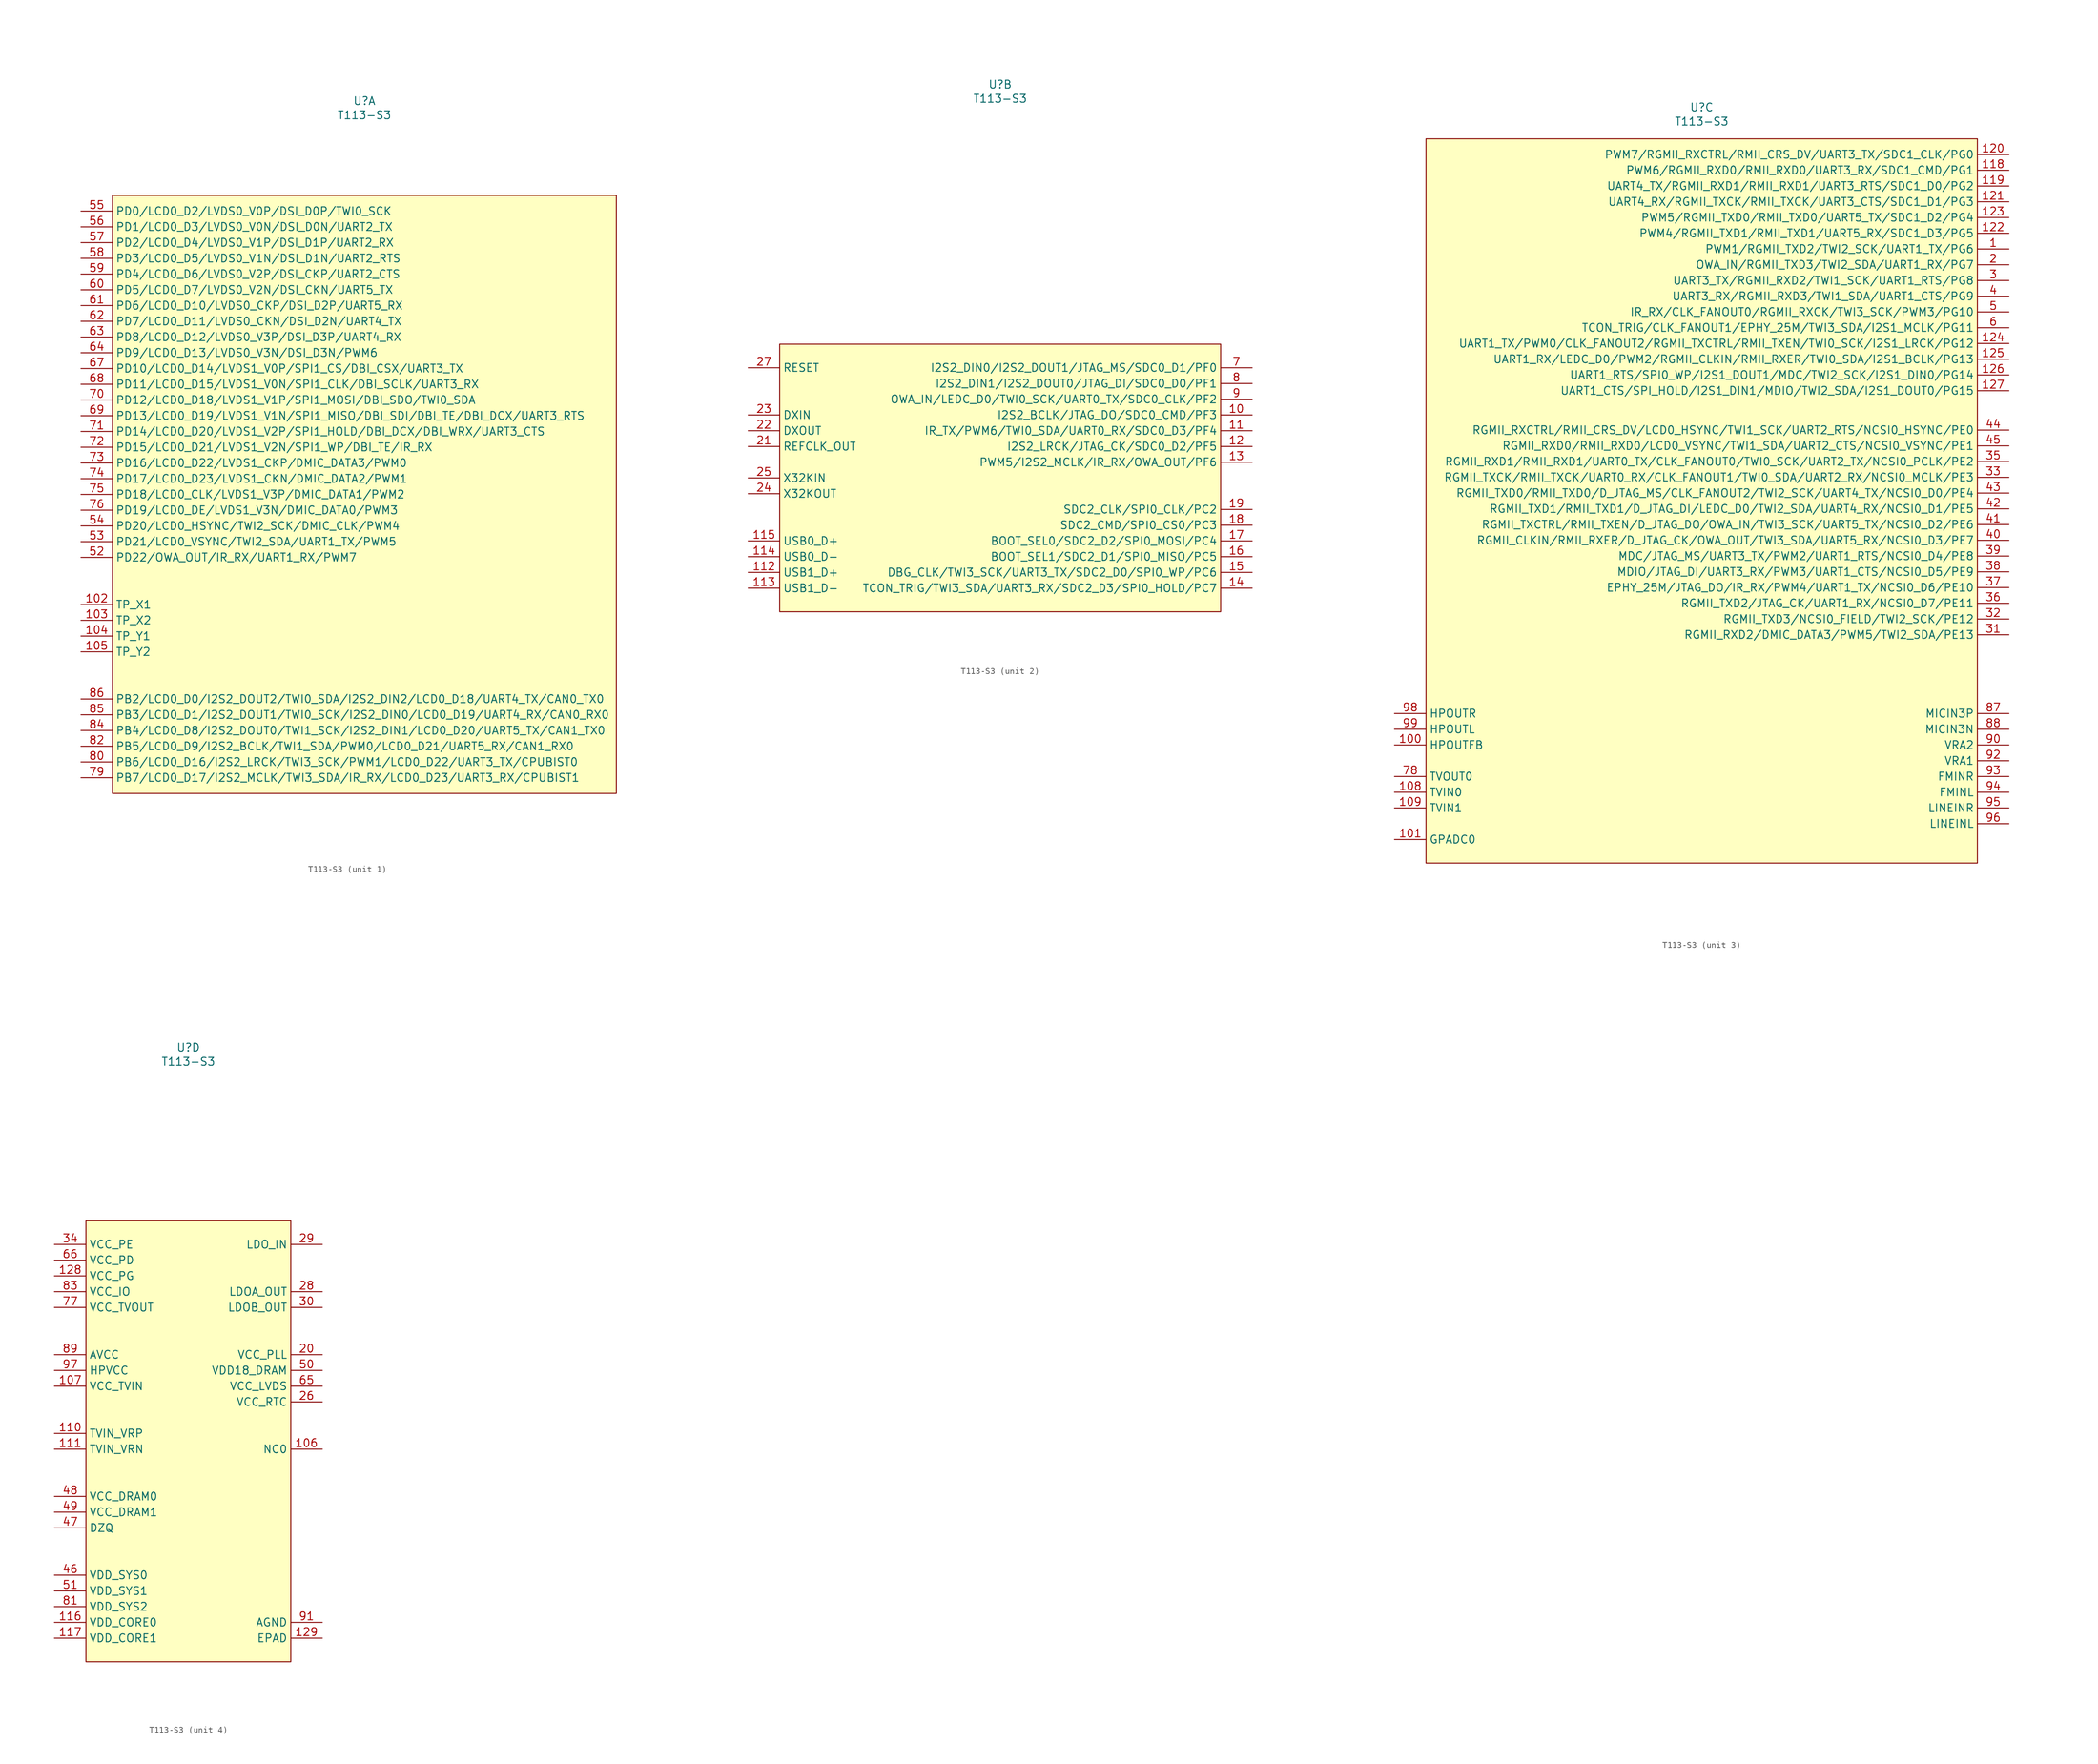
<source format=kicad_sym>
(kicad_symbol_lib
  (version 20241209)
  (generator "kicad_symbol_editor")
  (generator_version "9.0")
  (symbol "T113-S3"
    (property "Reference" "U"
      (at 0 63.5 0)
      (effects (font (size 1.27 1.27))))
    (property "Value" "T113-S3"
      (at 0 61.214 0)
      (effects (font (size 1.27 1.27))))
    (property "ki_locked" ""
      (at 0 0 0)
      (effects (font (size 1.27 1.27))))
    (symbol "T113-S3_1_1"
      (rectangle (start -40.64 48.26) (end 40.64 -48.26) (stroke (width 0) (type solid)) (fill (type color) (color 255 255 194 1)))
      (pin bidirectional line (at -45.72 45.72 0) (length 5.08) (name "PD0/LCD0_D2/LVDS0_V0P/DSI_D0P/TWI0_SCK" (effects (font (size 1.27 1.27)))) (number "55" (effects (font (size 1.27 1.27)))))
      (pin bidirectional line (at -45.72 43.18 0) (length 5.08) (name "PD1/LCD0_D3/LVDS0_V0N/DSI_D0N/UART2_TX" (effects (font (size 1.27 1.27)))) (number "56" (effects (font (size 1.27 1.27)))))
      (pin bidirectional line (at -45.72 40.64 0) (length 5.08) (name "PD2/LCD0_D4/LVDS0_V1P/DSI_D1P/UART2_RX" (effects (font (size 1.27 1.27)))) (number "57" (effects (font (size 1.27 1.27)))))
      (pin bidirectional line (at -45.72 38.1 0) (length 5.08) (name "PD3/LCD0_D5/LVDS0_V1N/DSI_D1N/UART2_RTS" (effects (font (size 1.27 1.27)))) (number "58" (effects (font (size 1.27 1.27)))))
      (pin bidirectional line (at -45.72 35.56 0) (length 5.08) (name "PD4/LCD0_D6/LVDS0_V2P/DSI_CKP/UART2_CTS" (effects (font (size 1.27 1.27)))) (number "59" (effects (font (size 1.27 1.27)))))
      (pin bidirectional line (at -45.72 33.02 0) (length 5.08) (name "PD5/LCD0_D7/LVDS0_V2N/DSI_CKN/UART5_TX" (effects (font (size 1.27 1.27)))) (number "60" (effects (font (size 1.27 1.27)))))
      (pin bidirectional line (at -45.72 30.48 0) (length 5.08) (name "PD6/LCD0_D10/LVDS0_CKP/DSI_D2P/UART5_RX" (effects (font (size 1.27 1.27)))) (number "61" (effects (font (size 1.27 1.27)))))
      (pin bidirectional line (at -45.72 27.94 0) (length 5.08) (name "PD7/LCD0_D11/LVDS0_CKN/DSI_D2N/UART4_TX" (effects (font (size 1.27 1.27)))) (number "62" (effects (font (size 1.27 1.27)))))
      (pin bidirectional line (at -45.72 25.4 0) (length 5.08) (name "PD8/LCD0_D12/LVDS0_V3P/DSI_D3P/UART4_RX" (effects (font (size 1.27 1.27)))) (number "63" (effects (font (size 1.27 1.27)))))
      (pin bidirectional line (at -45.72 22.86 0) (length 5.08) (name "PD9/LCD0_D13/LVDS0_V3N/DSI_D3N/PWM6" (effects (font (size 1.27 1.27)))) (number "64" (effects (font (size 1.27 1.27)))))
      (pin bidirectional line (at -45.72 20.32 0) (length 5.08) (name "PD10/LCD0_D14/LVDS1_V0P/SPI1_CS/DBI_CSX/UART3_TX" (effects (font (size 1.27 1.27)))) (number "67" (effects (font (size 1.27 1.27)))))
      (pin bidirectional line (at -45.72 17.78 0) (length 5.08) (name "PD11/LCD0_D15/LVDS1_V0N/SPI1_CLK/DBI_SCLK/UART3_RX" (effects (font (size 1.27 1.27)))) (number "68" (effects (font (size 1.27 1.27)))))
      (pin bidirectional line (at -45.72 15.24 0) (length 5.08) (name "PD12/LCD0_D18/LVDS1_V1P/SPI1_MOSI/DBI_SDO/TWI0_SDA" (effects (font (size 1.27 1.27)))) (number "70" (effects (font (size 1.27 1.27)))))
      (pin bidirectional line (at -45.72 12.7 0) (length 5.08) (name "PD13/LCD0_D19/LVDS1_V1N/SPI1_MISO/DBI_SDI/DBI_TE/DBI_DCX/UART3_RTS" (effects (font (size 1.27 1.27)))) (number "69" (effects (font (size 1.27 1.27)))))
      (pin bidirectional line (at -45.72 10.16 0) (length 5.08) (name "PD14/LCD0_D20/LVDS1_V2P/SPI1_HOLD/DBI_DCX/DBI_WRX/UART3_CTS" (effects (font (size 1.27 1.27)))) (number "71" (effects (font (size 1.27 1.27)))))
      (pin bidirectional line (at -45.72 7.62 0) (length 5.08) (name "PD15/LCD0_D21/LVDS1_V2N/SPI1_WP/DBI_TE/IR_RX" (effects (font (size 1.27 1.27)))) (number "72" (effects (font (size 1.27 1.27)))))
      (pin bidirectional line (at -45.72 5.08 0) (length 5.08) (name "PD16/LCD0_D22/LVDS1_CKP/DMIC_DATA3/PWM0" (effects (font (size 1.27 1.27)))) (number "73" (effects (font (size 1.27 1.27)))))
      (pin bidirectional line (at -45.72 2.54 0) (length 5.08) (name "PD17/LCD0_D23/LVDS1_CKN/DMIC_DATA2/PWM1" (effects (font (size 1.27 1.27)))) (number "74" (effects (font (size 1.27 1.27)))))
      (pin bidirectional line (at -45.72 0 0) (length 5.08) (name "PD18/LCD0_CLK/LVDS1_V3P/DMIC_DATA1/PWM2" (effects (font (size 1.27 1.27)))) (number "75" (effects (font (size 1.27 1.27)))))
      (pin bidirectional line (at -45.72 -2.54 0) (length 5.08) (name "PD19/LCD0_DE/LVDS1_V3N/DMIC_DATA0/PWM3" (effects (font (size 1.27 1.27)))) (number "76" (effects (font (size 1.27 1.27)))))
      (pin bidirectional line (at -45.72 -5.08 0) (length 5.08) (name "PD20/LCD0_HSYNC/TWI2_SCK/DMIC_CLK/PWM4" (effects (font (size 1.27 1.27)))) (number "54" (effects (font (size 1.27 1.27)))))
      (pin bidirectional line (at -45.72 -7.62 0) (length 5.08) (name "PD21/LCD0_VSYNC/TWI2_SDA/UART1_TX/PWM5" (effects (font (size 1.27 1.27)))) (number "53" (effects (font (size 1.27 1.27)))))
      (pin bidirectional line (at -45.72 -10.16 0) (length 5.08) (name "PD22/OWA_OUT/IR_RX/UART1_RX/PWM7" (effects (font (size 1.27 1.27)))) (number "52" (effects (font (size 1.27 1.27)))))
      (pin input line (at -45.72 -17.78 0) (length 5.08) (name "TP_X1" (effects (font (size 1.27 1.27)))) (number "102" (effects (font (size 1.27 1.27)))))
      (pin input line (at -45.72 -20.32 0) (length 5.08) (name "TP_X2" (effects (font (size 1.27 1.27)))) (number "103" (effects (font (size 1.27 1.27)))))
      (pin input line (at -45.72 -22.86 0) (length 5.08) (name "TP_Y1" (effects (font (size 1.27 1.27)))) (number "104" (effects (font (size 1.27 1.27)))))
      (pin input line (at -45.72 -25.4 0) (length 5.08) (name "TP_Y2" (effects (font (size 1.27 1.27)))) (number "105" (effects (font (size 1.27 1.27)))))
      (pin bidirectional line (at -45.72 -33.02 0) (length 5.08) (name "PB2/LCD0_D0/I2S2_DOUT2/TWI0_SDA/I2S2_DIN2/LCD0_D18/UART4_TX/CAN0_TX0" (effects (font (size 1.27 1.27)))) (number "86" (effects (font (size 1.27 1.27)))))
      (pin bidirectional line (at -45.72 -35.56 0) (length 5.08) (name "PB3/LCD0_D1/I2S2_DOUT1/TWI0_SCK/I2S2_DIN0/LCD0_D19/UART4_RX/CAN0_RX0" (effects (font (size 1.27 1.27)))) (number "85" (effects (font (size 1.27 1.27)))))
      (pin bidirectional line (at -45.72 -38.1 0) (length 5.08) (name "PB4/LCD0_D8/I2S2_DOUT0/TWI1_SCK/I2S2_DIN1/LCD0_D20/UART5_TX/CAN1_TX0" (effects (font (size 1.27 1.27)))) (number "84" (effects (font (size 1.27 1.27)))))
      (pin bidirectional line (at -45.72 -40.64 0) (length 5.08) (name "PB5/LCD0_D9/I2S2_BCLK/TWI1_SDA/PWM0/LCD0_D21/UART5_RX/CAN1_RX0" (effects (font (size 1.27 1.27)))) (number "82" (effects (font (size 1.27 1.27)))))
      (pin bidirectional line (at -45.72 -43.18 0) (length 5.08) (name "PB6/LCD0_D16/I2S2_LRCK/TWI3_SCK/PWM1/LCD0_D22/UART3_TX/CPUBIST0" (effects (font (size 1.27 1.27)))) (number "80" (effects (font (size 1.27 1.27)))))
      (pin bidirectional line (at -45.72 -45.72 0) (length 5.08) (name "PB7/LCD0_D17/I2S2_MCLK/TWI3_SDA/IR_RX/LCD0_D23/UART3_RX/CPUBIST1" (effects (font (size 1.27 1.27)))) (number "79" (effects (font (size 1.27 1.27))))))
    (symbol "T113-S3_2_1"
      (rectangle (start -35.56 21.59) (end 35.56 -21.59) (stroke (width 0) (type solid)) (fill (type color) (color 255 255 194 1)))
      (pin input line (at -40.64 17.78 0) (length 5.08) (name "RESET" (effects (font (size 1.27 1.27)))) (number "27" (effects (font (size 1.27 1.27)))))
      (pin input line (at -40.64 10.16 0) (length 5.08) (name "DXIN" (effects (font (size 1.27 1.27)))) (number "23" (effects (font (size 1.27 1.27)))))
      (pin output line (at -40.64 7.62 0) (length 5.08) (name "DXOUT" (effects (font (size 1.27 1.27)))) (number "22" (effects (font (size 1.27 1.27)))))
      (pin output line (at -40.64 5.08 0) (length 5.08) (name "REFCLK_OUT" (effects (font (size 1.27 1.27)))) (number "21" (effects (font (size 1.27 1.27)))))
      (pin output line (at -40.64 0 0) (length 5.08) (name "X32KIN" (effects (font (size 1.27 1.27)))) (number "25" (effects (font (size 1.27 1.27)))))
      (pin output line (at -40.64 -2.54 0) (length 5.08) (name "X32KOUT" (effects (font (size 1.27 1.27)))) (number "24" (effects (font (size 1.27 1.27)))))
      (pin bidirectional line (at -40.64 -10.16 0) (length 5.08) (name "USB0_D+" (effects (font (size 1.27 1.27)))) (number "115" (effects (font (size 1.27 1.27)))))
      (pin bidirectional line (at -40.64 -12.7 0) (length 5.08) (name "USB0_D-" (effects (font (size 1.27 1.27)))) (number "114" (effects (font (size 1.27 1.27)))))
      (pin bidirectional line (at -40.64 -15.24 0) (length 5.08) (name "USB1_D+" (effects (font (size 1.27 1.27)))) (number "112" (effects (font (size 1.27 1.27)))))
      (pin bidirectional line (at -40.64 -17.78 0) (length 5.08) (name "USB1_D-" (effects (font (size 1.27 1.27)))) (number "113" (effects (font (size 1.27 1.27)))))
      (pin bidirectional line (at 40.64 17.78 180) (length 5.08) (name "I2S2_DIN0/I2S2_DOUT1/JTAG_MS/SDC0_D1/PF0" (effects (font (size 1.27 1.27)))) (number "7" (effects (font (size 1.27 1.27)))))
      (pin bidirectional line (at 40.64 15.24 180) (length 5.08) (name "I2S2_DIN1/I2S2_DOUT0/JTAG_DI/SDC0_D0/PF1" (effects (font (size 1.27 1.27)))) (number "8" (effects (font (size 1.27 1.27)))))
      (pin bidirectional line (at 40.64 12.7 180) (length 5.08) (name "OWA_IN/LEDC_D0/TWI0_SCK/UART0_TX/SDC0_CLK/PF2" (effects (font (size 1.27 1.27)))) (number "9" (effects (font (size 1.27 1.27)))))
      (pin bidirectional line (at 40.64 10.16 180) (length 5.08) (name "I2S2_BCLK/JTAG_DO/SDC0_CMD/PF3" (effects (font (size 1.27 1.27)))) (number "10" (effects (font (size 1.27 1.27)))))
      (pin bidirectional line (at 40.64 7.62 180) (length 5.08) (name "IR_TX/PWM6/TWI0_SDA/UART0_RX/SDC0_D3/PF4" (effects (font (size 1.27 1.27)))) (number "11" (effects (font (size 1.27 1.27)))))
      (pin bidirectional line (at 40.64 5.08 180) (length 5.08) (name "I2S2_LRCK/JTAG_CK/SDC0_D2/PF5" (effects (font (size 1.27 1.27)))) (number "12" (effects (font (size 1.27 1.27)))))
      (pin bidirectional line (at 40.64 2.54 180) (length 5.08) (name "PWM5/I2S2_MCLK/IR_RX/OWA_OUT/PF6" (effects (font (size 1.27 1.27)))) (number "13" (effects (font (size 1.27 1.27)))))
      (pin bidirectional line (at 40.64 -5.08 180) (length 5.08) (name "SDC2_CLK/SPI0_CLK/PC2" (effects (font (size 1.27 1.27)))) (number "19" (effects (font (size 1.27 1.27)))))
      (pin bidirectional line (at 40.64 -7.62 180) (length 5.08) (name "SDC2_CMD/SPI0_CS0/PC3" (effects (font (size 1.27 1.27)))) (number "18" (effects (font (size 1.27 1.27)))))
      (pin bidirectional line (at 40.64 -10.16 180) (length 5.08) (name "BOOT_SEL0/SDC2_D2/SPI0_MOSI/PC4" (effects (font (size 1.27 1.27)))) (number "17" (effects (font (size 1.27 1.27)))))
      (pin bidirectional line (at 40.64 -12.7 180) (length 5.08) (name "BOOT_SEL1/SDC2_D1/SPI0_MISO/PC5" (effects (font (size 1.27 1.27)))) (number "16" (effects (font (size 1.27 1.27)))))
      (pin bidirectional line (at 40.64 -15.24 180) (length 5.08) (name "DBG_CLK/TWI3_SCK/UART3_TX/SDC2_D0/SPI0_WP/PC6" (effects (font (size 1.27 1.27)))) (number "15" (effects (font (size 1.27 1.27)))))
      (pin bidirectional line (at 40.64 -17.78 180) (length 5.08) (name "TCON_TRIG/TWI3_SDA/UART3_RX/SDC2_D3/SPI0_HOLD/PC7" (effects (font (size 1.27 1.27)))) (number "14" (effects (font (size 1.27 1.27))))))
    (symbol "T113-S3_3_1"
      (rectangle (start -44.45 58.42) (end 44.45 -58.42) (stroke (width 0) (type solid)) (fill (type color) (color 255 255 194 1)))
      (pin bidirectional line (at -49.53 -34.29 0) (length 5.08) (name "HPOUTR" (effects (font (size 1.27 1.27)))) (number "98" (effects (font (size 1.27 1.27)))))
      (pin bidirectional line (at -49.53 -36.83 0) (length 5.08) (name "HPOUTL" (effects (font (size 1.27 1.27)))) (number "99" (effects (font (size 1.27 1.27)))))
      (pin bidirectional line (at -49.53 -39.37 0) (length 5.08) (name "HPOUTFB" (effects (font (size 1.27 1.27)))) (number "100" (effects (font (size 1.27 1.27)))))
      (pin bidirectional line (at -49.53 -44.45 0) (length 5.08) (name "TVOUT0" (effects (font (size 1.27 1.27)))) (number "78" (effects (font (size 1.27 1.27)))))
      (pin bidirectional line (at -49.53 -46.99 0) (length 5.08) (name "TVIN0" (effects (font (size 1.27 1.27)))) (number "108" (effects (font (size 1.27 1.27)))))
      (pin bidirectional line (at -49.53 -49.53 0) (length 5.08) (name "TVIN1" (effects (font (size 1.27 1.27)))) (number "109" (effects (font (size 1.27 1.27)))))
      (pin bidirectional line (at -49.53 -54.61 0) (length 5.08) (name "GPADC0" (effects (font (size 1.27 1.27)))) (number "101" (effects (font (size 1.27 1.27)))))
      (pin bidirectional line (at 49.53 55.88 180) (length 5.08) (name "PWM7/RGMII_RXCTRL/RMII_CRS_DV/UART3_TX/SDC1_CLK/PG0" (effects (font (size 1.27 1.27)))) (number "120" (effects (font (size 1.27 1.27)))))
      (pin bidirectional line (at 49.53 53.34 180) (length 5.08) (name "PWM6/RGMII_RXD0/RMII_RXD0/UART3_RX/SDC1_CMD/PG1" (effects (font (size 1.27 1.27)))) (number "118" (effects (font (size 1.27 1.27)))))
      (pin bidirectional line (at 49.53 50.8 180) (length 5.08) (name "UART4_TX/RGMII_RXD1/RMII_RXD1/UART3_RTS/SDC1_D0/PG2" (effects (font (size 1.27 1.27)))) (number "119" (effects (font (size 1.27 1.27)))))
      (pin bidirectional line (at 49.53 48.26 180) (length 5.08) (name "UART4_RX/RGMII_TXCK/RMII_TXCK/UART3_CTS/SDC1_D1/PG3" (effects (font (size 1.27 1.27)))) (number "121" (effects (font (size 1.27 1.27)))))
      (pin bidirectional line (at 49.53 45.72 180) (length 5.08) (name "PWM5/RGMII_TXD0/RMII_TXD0/UART5_TX/SDC1_D2/PG4" (effects (font (size 1.27 1.27)))) (number "123" (effects (font (size 1.27 1.27)))))
      (pin bidirectional line (at 49.53 43.18 180) (length 5.08) (name "PWM4/RGMII_TXD1/RMII_TXD1/UART5_RX/SDC1_D3/PG5" (effects (font (size 1.27 1.27)))) (number "122" (effects (font (size 1.27 1.27)))))
      (pin bidirectional line (at 49.53 40.64 180) (length 5.08) (name "PWM1/RGMII_TXD2/TWI2_SCK/UART1_TX/PG6" (effects (font (size 1.27 1.27)))) (number "1" (effects (font (size 1.27 1.27)))))
      (pin bidirectional line (at 49.53 38.1 180) (length 5.08) (name "OWA_IN/RGMII_TXD3/TWI2_SDA/UART1_RX/PG7" (effects (font (size 1.27 1.27)))) (number "2" (effects (font (size 1.27 1.27)))))
      (pin bidirectional line (at 49.53 35.56 180) (length 5.08) (name "UART3_TX/RGMII_RXD2/TWI1_SCK/UART1_RTS/PG8" (effects (font (size 1.27 1.27)))) (number "3" (effects (font (size 1.27 1.27)))))
      (pin bidirectional line (at 49.53 33.02 180) (length 5.08) (name "UART3_RX/RGMII_RXD3/TWI1_SDA/UART1_CTS/PG9" (effects (font (size 1.27 1.27)))) (number "4" (effects (font (size 1.27 1.27)))))
      (pin bidirectional line (at 49.53 30.48 180) (length 5.08) (name "IR_RX/CLK_FANOUT0/RGMII_RXCK/TWI3_SCK/PWM3/PG10" (effects (font (size 1.27 1.27)))) (number "5" (effects (font (size 1.27 1.27)))))
      (pin bidirectional line (at 49.53 27.94 180) (length 5.08) (name "TCON_TRIG/CLK_FANOUT1/EPHY_25M/TWI3_SDA/I2S1_MCLK/PG11" (effects (font (size 1.27 1.27)))) (number "6" (effects (font (size 1.27 1.27)))))
      (pin bidirectional line (at 49.53 25.4 180) (length 5.08) (name "UART1_TX/PWM0/CLK_FANOUT2/RGMII_TXCTRL/RMII_TXEN/TWI0_SCK/I2S1_LRCK/PG12" (effects (font (size 1.27 1.27)))) (number "124" (effects (font (size 1.27 1.27)))))
      (pin bidirectional line (at 49.53 22.86 180) (length 5.08) (name "UART1_RX/LEDC_D0/PWM2/RGMII_CLKIN/RMII_RXER/TWI0_SDA/I2S1_BCLK/PG13" (effects (font (size 1.27 1.27)))) (number "125" (effects (font (size 1.27 1.27)))))
      (pin bidirectional line (at 49.53 20.32 180) (length 5.08) (name "UART1_RTS/SPI0_WP/I2S1_DOUT1/MDC/TWI2_SCK/I2S1_DIN0/PG14" (effects (font (size 1.27 1.27)))) (number "126" (effects (font (size 1.27 1.27)))))
      (pin bidirectional line (at 49.53 17.78 180) (length 5.08) (name "UART1_CTS/SPI_HOLD/I2S1_DIN1/MDIO/TWI2_SDA/I2S1_DOUT0/PG15" (effects (font (size 1.27 1.27)))) (number "127" (effects (font (size 1.27 1.27)))))
      (pin bidirectional line (at 49.53 11.43 180) (length 5.08) (name "RGMII_RXCTRL/RMII_CRS_DV/LCD0_HSYNC/TWI1_SCK/UART2_RTS/NCSI0_HSYNC/PE0" (effects (font (size 1.27 1.27)))) (number "44" (effects (font (size 1.27 1.27)))))
      (pin bidirectional line (at 49.53 8.89 180) (length 5.08) (name "RGMII_RXD0/RMII_RXD0/LCD0_VSYNC/TWI1_SDA/UART2_CTS/NCSI0_VSYNC/PE1" (effects (font (size 1.27 1.27)))) (number "45" (effects (font (size 1.27 1.27)))))
      (pin bidirectional line (at 49.53 6.35 180) (length 5.08) (name "RGMII_RXD1/RMII_RXD1/UART0_TX/CLK_FANOUT0/TWI0_SCK/UART2_TX/NCSI0_PCLK/PE2" (effects (font (size 1.27 1.27)))) (number "35" (effects (font (size 1.27 1.27)))))
      (pin bidirectional line (at 49.53 3.81 180) (length 5.08) (name "RGMII_TXCK/RMII_TXCK/UART0_RX/CLK_FANOUT1/TWI0_SDA/UART2_RX/NCSI0_MCLK/PE3" (effects (font (size 1.27 1.27)))) (number "33" (effects (font (size 1.27 1.27)))))
      (pin bidirectional line (at 49.53 1.27 180) (length 5.08) (name "RGMII_TXD0/RMII_TXD0/D_JTAG_MS/CLK_FANOUT2/TWI2_SCK/UART4_TX/NCSI0_D0/PE4" (effects (font (size 1.27 1.27)))) (number "43" (effects (font (size 1.27 1.27)))))
      (pin bidirectional line (at 49.53 -1.27 180) (length 5.08) (name "RGMII_TXD1/RMII_TXD1/D_JTAG_DI/LEDC_D0/TWI2_SDA/UART4_RX/NCSI0_D1/PE5" (effects (font (size 1.27 1.27)))) (number "42" (effects (font (size 1.27 1.27)))))
      (pin bidirectional line (at 49.53 -3.81 180) (length 5.08) (name "RGMII_TXCTRL/RMII_TXEN/D_JTAG_DO/OWA_IN/TWI3_SCK/UART5_TX/NCSI0_D2/PE6" (effects (font (size 1.27 1.27)))) (number "41" (effects (font (size 1.27 1.27)))))
      (pin bidirectional line (at 49.53 -6.35 180) (length 5.08) (name "RGMII_CLKIN/RMII_RXER/D_JTAG_CK/OWA_OUT/TWI3_SDA/UART5_RX/NCSI0_D3/PE7" (effects (font (size 1.27 1.27)))) (number "40" (effects (font (size 1.27 1.27)))))
      (pin bidirectional line (at 49.53 -8.89 180) (length 5.08) (name "MDC/JTAG_MS/UART3_TX/PWM2/UART1_RTS/NCSI0_D4/PE8" (effects (font (size 1.27 1.27)))) (number "39" (effects (font (size 1.27 1.27)))))
      (pin bidirectional line (at 49.53 -11.43 180) (length 5.08) (name "MDIO/JTAG_DI/UART3_RX/PWM3/UART1_CTS/NCSI0_D5/PE9" (effects (font (size 1.27 1.27)))) (number "38" (effects (font (size 1.27 1.27)))))
      (pin bidirectional line (at 49.53 -13.97 180) (length 5.08) (name "EPHY_25M/JTAG_DO/IR_RX/PWM4/UART1_TX/NCSI0_D6/PE10" (effects (font (size 1.27 1.27)))) (number "37" (effects (font (size 1.27 1.27)))))
      (pin bidirectional line (at 49.53 -16.51 180) (length 5.08) (name "RGMII_TXD2/JTAG_CK/UART1_RX/NCSI0_D7/PE11" (effects (font (size 1.27 1.27)))) (number "36" (effects (font (size 1.27 1.27)))))
      (pin bidirectional line (at 49.53 -19.05 180) (length 5.08) (name "RGMII_TXD3/NCSI0_FIELD/TWI2_SCK/PE12" (effects (font (size 1.27 1.27)))) (number "32" (effects (font (size 1.27 1.27)))))
      (pin bidirectional line (at 49.53 -21.59 180) (length 5.08) (name "RGMII_RXD2/DMIC_DATA3/PWM5/TWI2_SDA/PE13" (effects (font (size 1.27 1.27)))) (number "31" (effects (font (size 1.27 1.27)))))
      (pin bidirectional line (at 49.53 -34.29 180) (length 5.08) (name "MICIN3P" (effects (font (size 1.27 1.27)))) (number "87" (effects (font (size 1.27 1.27)))))
      (pin bidirectional line (at 49.53 -36.83 180) (length 5.08) (name "MICIN3N" (effects (font (size 1.27 1.27)))) (number "88" (effects (font (size 1.27 1.27)))))
      (pin bidirectional line (at 49.53 -39.37 180) (length 5.08) (name "VRA2" (effects (font (size 1.27 1.27)))) (number "90" (effects (font (size 1.27 1.27)))))
      (pin bidirectional line (at 49.53 -41.91 180) (length 5.08) (name "VRA1" (effects (font (size 1.27 1.27)))) (number "92" (effects (font (size 1.27 1.27)))))
      (pin bidirectional line (at 49.53 -44.45 180) (length 5.08) (name "FMINR" (effects (font (size 1.27 1.27)))) (number "93" (effects (font (size 1.27 1.27)))))
      (pin bidirectional line (at 49.53 -46.99 180) (length 5.08) (name "FMINL" (effects (font (size 1.27 1.27)))) (number "94" (effects (font (size 1.27 1.27)))))
      (pin bidirectional line (at 49.53 -49.53 180) (length 5.08) (name "LINEINR" (effects (font (size 1.27 1.27)))) (number "95" (effects (font (size 1.27 1.27)))))
      (pin bidirectional line (at 49.53 -52.07 180) (length 5.08) (name "LINEINL" (effects (font (size 1.27 1.27)))) (number "96" (effects (font (size 1.27 1.27))))))
    (symbol "T113-S3_4_1"
      (rectangle (start -16.51 35.56) (end 16.51 -35.56) (stroke (width 0) (type solid)) (fill (type color) (color 255 255 194 1)))
      (pin power_in line (at -21.59 31.75 0) (length 5.08) (name "VCC_PE" (effects (font (size 1.27 1.27)))) (number "34" (effects (font (size 1.27 1.27)))))
      (pin power_in line (at -21.59 29.21 0) (length 5.08) (name "VCC_PD" (effects (font (size 1.27 1.27)))) (number "66" (effects (font (size 1.27 1.27)))))
      (pin power_in line (at -21.59 26.67 0) (length 5.08) (name "VCC_PG" (effects (font (size 1.27 1.27)))) (number "128" (effects (font (size 1.27 1.27)))))
      (pin power_in line (at -21.59 24.13 0) (length 5.08) (name "VCC_IO" (effects (font (size 1.27 1.27)))) (number "83" (effects (font (size 1.27 1.27)))))
      (pin power_in line (at -21.59 21.59 0) (length 5.08) (name "VCC_TVOUT" (effects (font (size 1.27 1.27)))) (number "77" (effects (font (size 1.27 1.27)))))
      (pin power_in line (at -21.59 13.97 0) (length 5.08) (name "AVCC" (effects (font (size 1.27 1.27)))) (number "89" (effects (font (size 1.27 1.27)))))
      (pin power_in line (at -21.59 11.43 0) (length 5.08) (name "HPVCC" (effects (font (size 1.27 1.27)))) (number "97" (effects (font (size 1.27 1.27)))))
      (pin power_in line (at -21.59 8.89 0) (length 5.08) (name "VCC_TVIN" (effects (font (size 1.27 1.27)))) (number "107" (effects (font (size 1.27 1.27)))))
      (pin power_in line (at -21.59 1.27 0) (length 5.08) (name "TVIN_VRP" (effects (font (size 1.27 1.27)))) (number "110" (effects (font (size 1.27 1.27)))))
      (pin power_in line (at -21.59 -1.27 0) (length 5.08) (name "TVIN_VRN" (effects (font (size 1.27 1.27)))) (number "111" (effects (font (size 1.27 1.27)))))
      (pin power_in line (at -21.59 -8.89 0) (length 5.08) (name "VCC_DRAM0" (effects (font (size 1.27 1.27)))) (number "48" (effects (font (size 1.27 1.27)))))
      (pin power_in line (at -21.59 -11.43 0) (length 5.08) (name "VCC_DRAM1" (effects (font (size 1.27 1.27)))) (number "49" (effects (font (size 1.27 1.27)))))
      (pin bidirectional line (at -21.59 -13.97 0) (length 5.08) (name "DZQ" (effects (font (size 1.27 1.27)))) (number "47" (effects (font (size 1.27 1.27)))))
      (pin power_in line (at -21.59 -21.59 0) (length 5.08) (name "VDD_SYS0" (effects (font (size 1.27 1.27)))) (number "46" (effects (font (size 1.27 1.27)))))
      (pin power_in line (at -21.59 -24.13 0) (length 5.08) (name "VDD_SYS1" (effects (font (size 1.27 1.27)))) (number "51" (effects (font (size 1.27 1.27)))))
      (pin power_in line (at -21.59 -26.67 0) (length 5.08) (name "VDD_SYS2" (effects (font (size 1.27 1.27)))) (number "81" (effects (font (size 1.27 1.27)))))
      (pin power_in line (at -21.59 -29.21 0) (length 5.08) (name "VDD_CORE0" (effects (font (size 1.27 1.27)))) (number "116" (effects (font (size 1.27 1.27)))))
      (pin power_in line (at -21.59 -31.75 0) (length 5.08) (name "VDD_CORE1" (effects (font (size 1.27 1.27)))) (number "117" (effects (font (size 1.27 1.27)))))
      (pin power_in line (at 21.59 31.75 180) (length 5.08) (name "LDO_IN" (effects (font (size 1.27 1.27)))) (number "29" (effects (font (size 1.27 1.27)))))
      (pin power_in line (at 21.59 24.13 180) (length 5.08) (name "LDOA_OUT" (effects (font (size 1.27 1.27)))) (number "28" (effects (font (size 1.27 1.27)))))
      (pin power_in line (at 21.59 21.59 180) (length 5.08) (name "LDOB_OUT" (effects (font (size 1.27 1.27)))) (number "30" (effects (font (size 1.27 1.27)))))
      (pin power_in line (at 21.59 13.97 180) (length 5.08) (name "VCC_PLL" (effects (font (size 1.27 1.27)))) (number "20" (effects (font (size 1.27 1.27)))))
      (pin power_in line (at 21.59 11.43 180) (length 5.08) (name "VDD18_DRAM" (effects (font (size 1.27 1.27)))) (number "50" (effects (font (size 1.27 1.27)))))
      (pin power_in line (at 21.59 8.89 180) (length 5.08) (name "VCC_LVDS" (effects (font (size 1.27 1.27)))) (number "65" (effects (font (size 1.27 1.27)))))
      (pin power_in line (at 21.59 6.35 180) (length 5.08) (name "VCC_RTC" (effects (font (size 1.27 1.27)))) (number "26" (effects (font (size 1.27 1.27)))))
      (pin bidirectional line (at 21.59 -1.27 180) (length 5.08) (name "NC0" (effects (font (size 1.27 1.27)))) (number "106" (effects (font (size 1.27 1.27)))))
      (pin power_in line (at 21.59 -29.21 180) (length 5.08) (name "AGND" (effects (font (size 1.27 1.27)))) (number "91" (effects (font (size 1.27 1.27)))))
      (pin power_in line (at 21.59 -31.75 180) (length 5.08) (name "EPAD" (effects (font (size 1.27 1.27)))) (number "129" (effects (font (size 1.27 1.27))))))))
</source>
